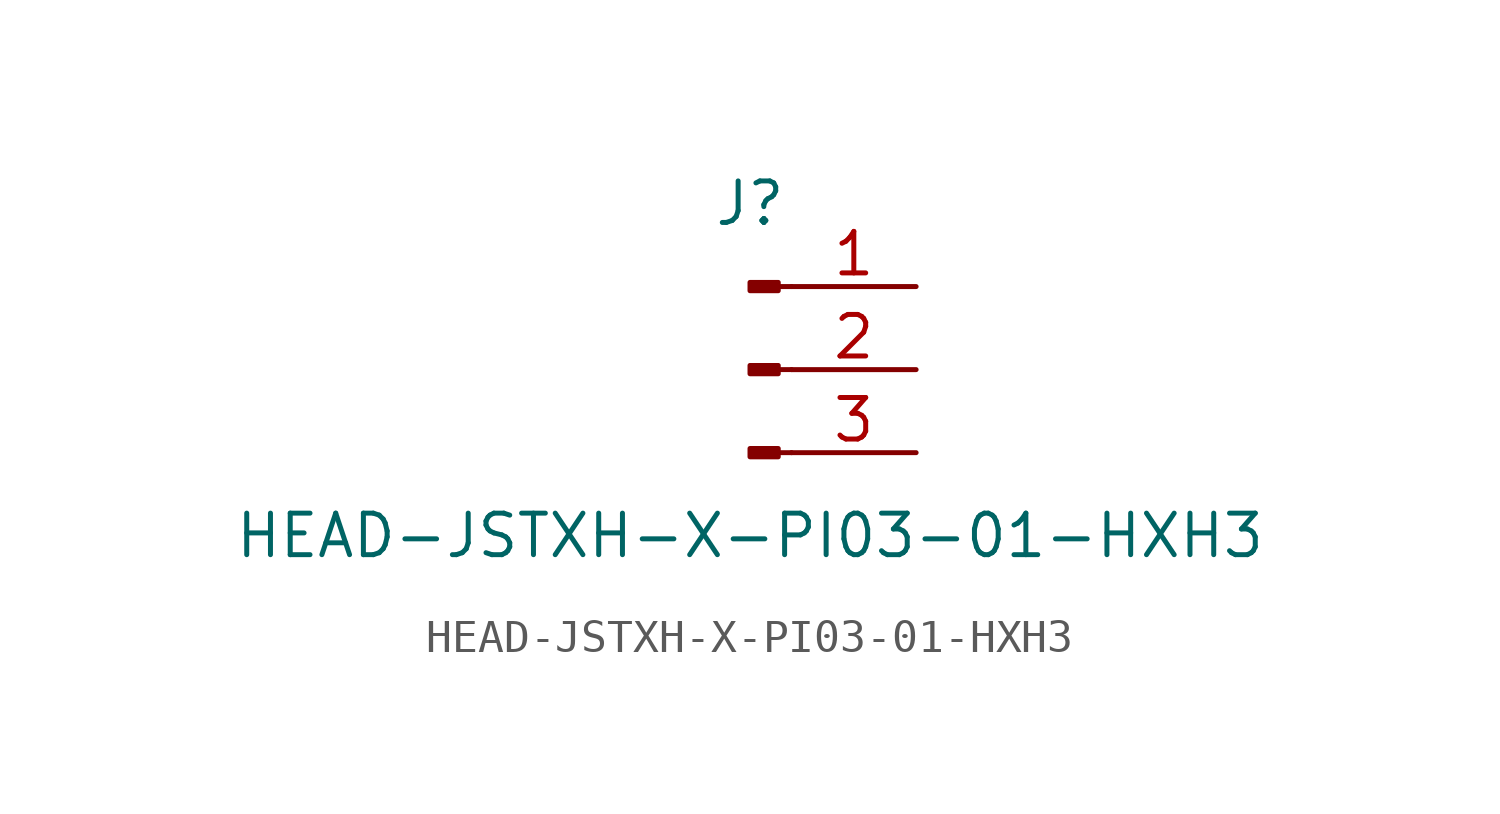
<source format=kicad_sym>
(kicad_symbol_lib
  (version 20211014)
  (generator kicad_symbol_editor)
  (symbol "HEAD-JSTXH-X-PI03-01-HXH3"
    (pin_names
      (offset 1.016) hide)
    (property "Reference" "J"
      (at 0 5.08 0)
      (effects (font (size 1.27 1.27))))
    (property "Value" "HEAD-JSTXH-X-PI03-01-HXH3"
      (at 0 -5.08 0)
      (effects (font (size 1.27 1.27))))
    (symbol "HEAD-JSTXH-X-PI03-01-HXH3_1_1"
      (polyline (pts (xy 1.27 -2.54) (xy 0.864 -2.54)) (stroke (width 0.152) (type default) (color 0 0 0 0)) (fill (type none)))
      (polyline (pts (xy 1.27 0) (xy 0.864 0)) (stroke (width 0.152) (type default) (color 0 0 0 0)) (fill (type none)))
      (polyline (pts (xy 1.27 2.54) (xy 0.864 2.54)) (stroke (width 0.152) (type default) (color 0 0 0 0)) (fill (type none)))
      (rectangle (start 0.864 -2.413) (end 0 -2.667) (stroke (width 0.152) (type default) (color 0 0 0 0)) (fill (type outline)))
      (rectangle (start 0.864 0.127) (end 0 -0.127) (stroke (width 0.152) (type default) (color 0 0 0 0)) (fill (type outline)))
      (rectangle (start 0.864 2.667) (end 0 2.413) (stroke (width 0.152) (type default) (color 0 0 0 0)) (fill (type outline)))
      (pin passive line (at 5.08 2.54 180) (length 3.81) (name "Pin_1" (effects (font (size 1.27 1.27)))) (number "1" (effects (font (size 1.27 1.27)))))
      (pin passive line (at 5.08 0 180) (length 3.81) (name "Pin_2" (effects (font (size 1.27 1.27)))) (number "2" (effects (font (size 1.27 1.27)))))
      (pin passive line (at 5.08 -2.54 180) (length 3.81) (name "Pin_3" (effects (font (size 1.27 1.27)))) (number "3" (effects (font (size 1.27 1.27))))))))
</source>
